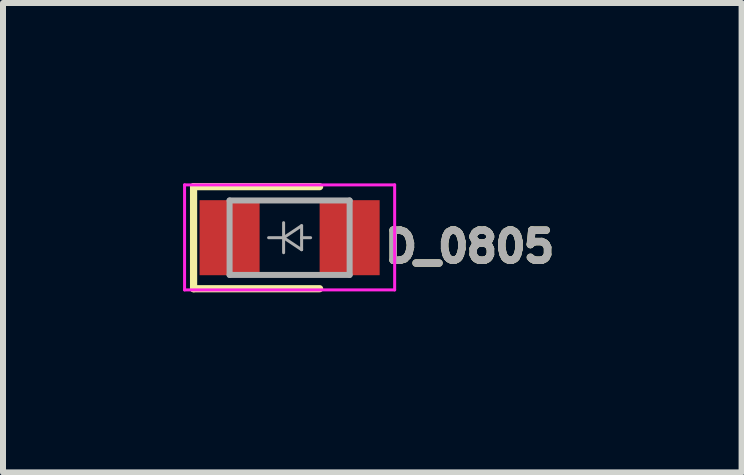
<source format=kicad_pcb>
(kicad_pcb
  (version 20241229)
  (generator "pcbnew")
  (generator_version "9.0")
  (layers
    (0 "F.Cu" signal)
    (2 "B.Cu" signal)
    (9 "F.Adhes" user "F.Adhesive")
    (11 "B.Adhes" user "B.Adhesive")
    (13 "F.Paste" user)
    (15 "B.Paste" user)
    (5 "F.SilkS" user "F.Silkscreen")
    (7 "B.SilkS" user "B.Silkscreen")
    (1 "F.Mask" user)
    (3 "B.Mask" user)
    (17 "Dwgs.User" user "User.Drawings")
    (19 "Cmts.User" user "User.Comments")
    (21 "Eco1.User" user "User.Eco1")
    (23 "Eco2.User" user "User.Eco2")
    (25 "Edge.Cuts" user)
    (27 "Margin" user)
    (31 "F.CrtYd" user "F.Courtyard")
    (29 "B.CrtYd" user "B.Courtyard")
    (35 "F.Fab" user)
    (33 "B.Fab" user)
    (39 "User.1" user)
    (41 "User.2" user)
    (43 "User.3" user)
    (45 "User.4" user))
  (footprint "D_0805"
    (layer "F.Cu")
    (at 1.775 0.91)
    (property "Reference" "D_0805" (at 3 0.15 0) (layer "F.SilkS") (effects (font (size 0.5 0.5) (thickness 0.125))))
    (attr smd)
    (fp_line (start -1.6 -0.85) (end -1.6 0.85) (stroke (width 0.12) (type solid)) (layer "F.SilkS"))
    (fp_line (start -1.6 0.85) (end 0.5 0.85) (stroke (width 0.12) (type solid)) (layer "F.SilkS"))
    (fp_line (start 0.5 -0.85) (end -1.6 -0.85) (stroke (width 0.12) (type solid)) (layer "F.SilkS"))
    (fp_line (start -1.75 -0.88) (end -1.75 0.87) (stroke (width 0.05) (type solid)) (layer "F.CrtYd"))
    (fp_line (start -1.75 -0.88) (end 1.75 -0.88) (stroke (width 0.05) (type solid)) (layer "F.CrtYd"))
    (fp_line (start 1.75 0.87) (end -1.75 0.87) (stroke (width 0.05) (type solid)) (layer "F.CrtYd"))
    (fp_line (start 1.75 0.87) (end 1.75 -0.88) (stroke (width 0.05) (type solid)) (layer "F.CrtYd"))
    (fp_line (start -1 -0.62) (end 1 -0.62) (stroke (width 0.1) (type solid)) (layer "F.Fab"))
    (fp_line (start -1 0.62) (end -1 -0.62) (stroke (width 0.1) (type solid)) (layer "F.Fab"))
    (fp_line (start -0.1 -0.25) (end -0.1 0.25) (stroke (width 0.05) (type solid)) (layer "F.Fab"))
    (fp_line (start -0.1 0) (end -0.35 0) (stroke (width 0.05) (type solid)) (layer "F.Fab"))
    (fp_line (start -0.1 0) (end 0.2 -0.2) (stroke (width 0.05) (type solid)) (layer "F.Fab"))
    (fp_line (start 0.2 -0.2) (end 0.2 0.2) (stroke (width 0.05) (type solid)) (layer "F.Fab"))
    (fp_line (start 0.2 0) (end 0.35 0) (stroke (width 0.05) (type solid)) (layer "F.Fab"))
    (fp_line (start 0.2 0.2) (end -0.1 0) (stroke (width 0.05) (type solid)) (layer "F.Fab"))
    (fp_line (start 1 -0.62) (end 1 0.62) (stroke (width 0.1) (type solid)) (layer "F.Fab"))
    (fp_line (start 1 0.62) (end -1 0.62) (stroke (width 0.1) (type solid)) (layer "F.Fab"))
    (fp_text user "${REFERENCE}" (at 3 0.15 180) (layer "F.Fab") (effects (font (size 0.5 0.5) (thickness 0.125))))
    (pad "1" smd rect (at -1 0) (size 1 1.25) (layers "F.Cu" "F.Mask" "F.Paste"))
    (pad "2" smd rect (at 1 0) (size 1 1.25) (layers "F.Cu" "F.Mask" "F.Paste")))
  (gr_rect
    (start -3 -3)
    (end 9.305 4.82)
    (stroke (width 0.1) (type default))
    (fill no)
    (layer "Edge.Cuts")))
</source>
